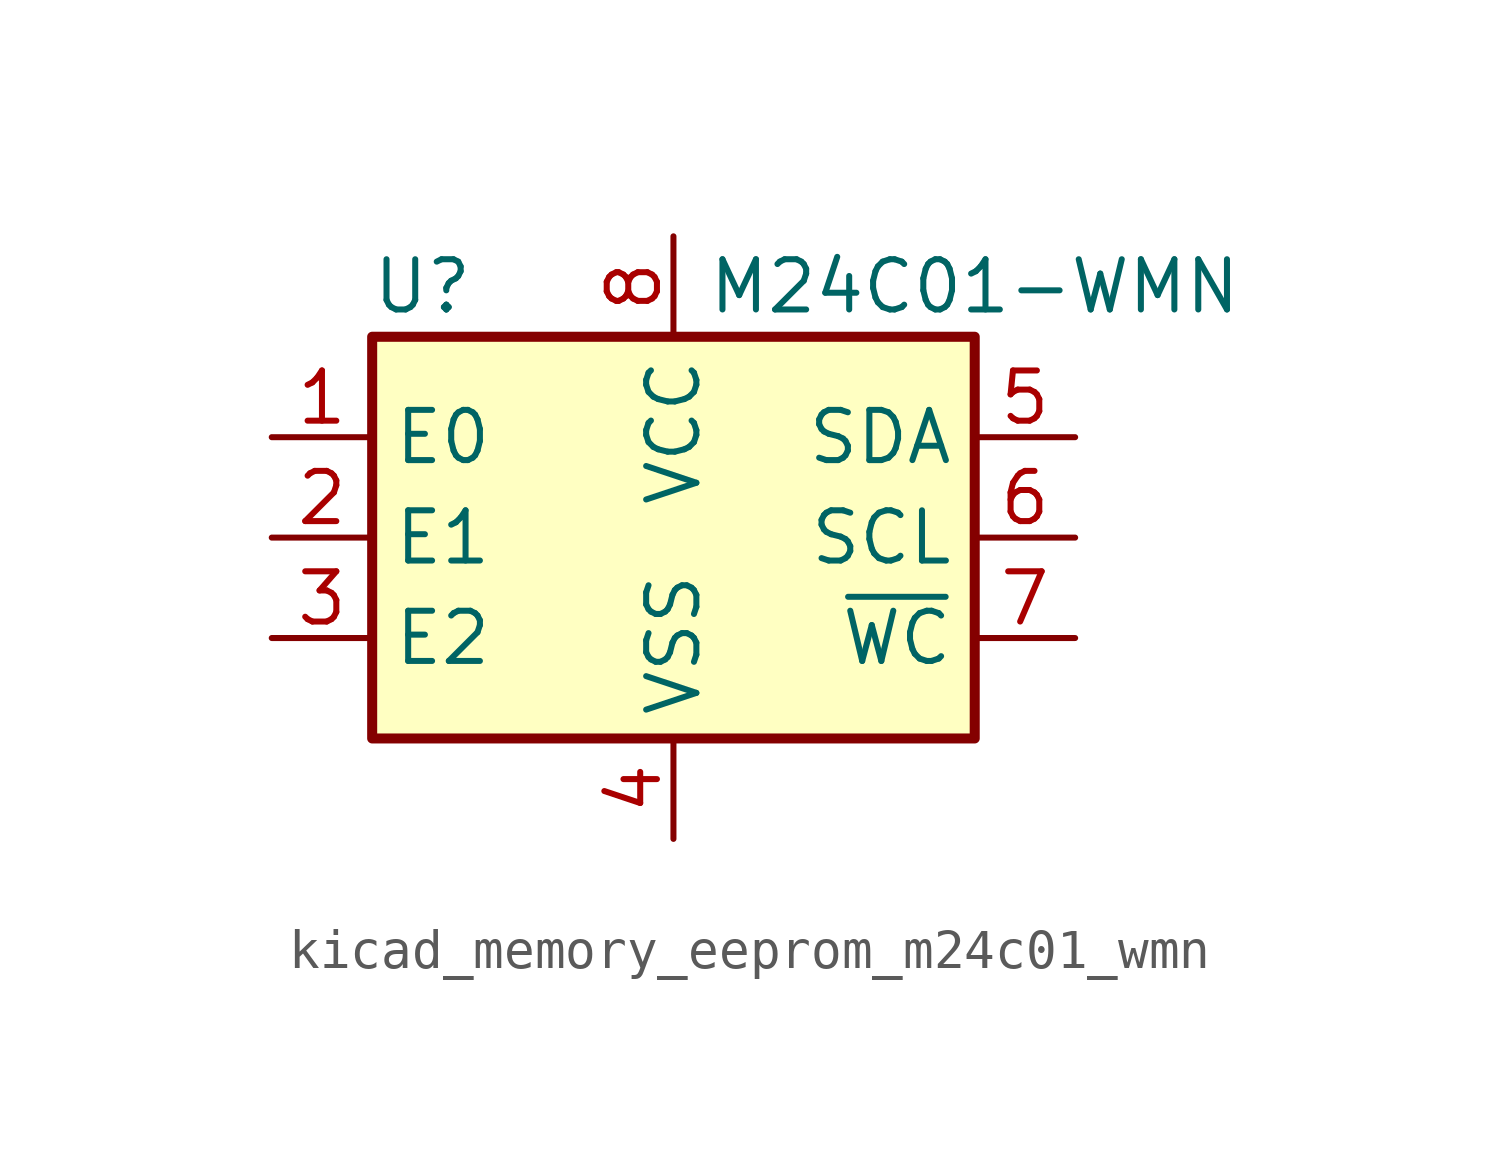
<source format=kicad_sym>
(kicad_symbol_lib
  (version 20220914)
  (generator kicad_symbol_editor)
  (symbol "kicad_memory_eeprom_m24c01_wmn"
    (property "Reference" "U"
      (at -6.35 6.35 0)
      (effects (font (size 1.27 1.27))))
    (property "Value" "M24C01-WMN"
      (at 7.62 6.35 0)
      (effects (font (size 1.27 1.27))))
    (symbol "kicad_memory_eeprom_m24c01_wmn_0_1"
      (rectangle (start -7.62 5.08) (end 7.62 -5.08) (stroke (width 0.254) (type default)) (fill (type background))))
    (symbol "kicad_memory_eeprom_m24c01_wmn_1_1"
      (pin input line (at -10.16 2.54 0) (length 2.54) (name "E0" (effects (font (size 1.27 1.27)))) (number "1" (effects (font (size 1.27 1.27)))))
      (pin input line (at -10.16 0 0) (length 2.54) (name "E1" (effects (font (size 1.27 1.27)))) (number "2" (effects (font (size 1.27 1.27)))))
      (pin input line (at -10.16 -2.54 0) (length 2.54) (name "E2" (effects (font (size 1.27 1.27)))) (number "3" (effects (font (size 1.27 1.27)))))
      (pin power_in line (at 0 -7.62 90) (length 2.54) (name "VSS" (effects (font (size 1.27 1.27)))) (number "4" (effects (font (size 1.27 1.27)))))
      (pin bidirectional line (at 10.16 2.54 180) (length 2.54) (name "SDA" (effects (font (size 1.27 1.27)))) (number "5" (effects (font (size 1.27 1.27)))))
      (pin input line (at 10.16 0 180) (length 2.54) (name "SCL" (effects (font (size 1.27 1.27)))) (number "6" (effects (font (size 1.27 1.27)))))
      (pin input line (at 10.16 -2.54 180) (length 2.54) (name "~{WC}" (effects (font (size 1.27 1.27)))) (number "7" (effects (font (size 1.27 1.27)))))
      (pin power_in line (at 0 7.62 270) (length 2.54) (name "VCC" (effects (font (size 1.27 1.27)))) (number "8" (effects (font (size 1.27 1.27))))))))
</source>
